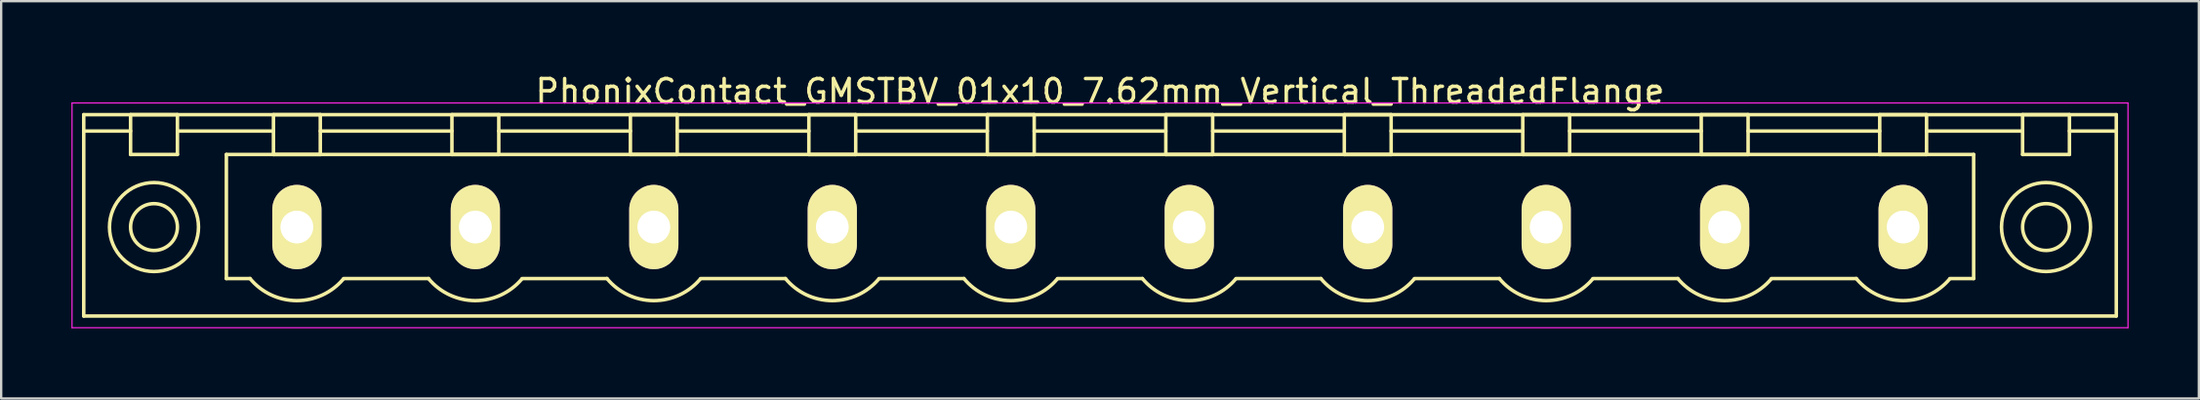
<source format=kicad_pcb>
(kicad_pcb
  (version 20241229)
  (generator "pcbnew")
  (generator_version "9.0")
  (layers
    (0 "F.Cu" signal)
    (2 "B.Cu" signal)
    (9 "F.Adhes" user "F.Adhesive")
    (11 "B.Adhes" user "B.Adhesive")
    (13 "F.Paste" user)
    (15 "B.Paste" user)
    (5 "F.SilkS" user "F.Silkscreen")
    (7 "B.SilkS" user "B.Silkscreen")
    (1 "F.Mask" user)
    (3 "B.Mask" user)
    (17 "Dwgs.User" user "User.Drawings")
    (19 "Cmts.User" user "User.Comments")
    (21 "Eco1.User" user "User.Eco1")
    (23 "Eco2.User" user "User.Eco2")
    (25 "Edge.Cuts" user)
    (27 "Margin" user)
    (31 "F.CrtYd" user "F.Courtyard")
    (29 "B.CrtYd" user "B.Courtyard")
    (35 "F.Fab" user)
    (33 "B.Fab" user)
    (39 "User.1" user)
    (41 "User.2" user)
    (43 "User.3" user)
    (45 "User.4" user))
  (footprint "PhonixContact_GMSTBV_01x10_7.62mm_Vertical_ThreadedFlange"
    (layer "F.Cu")
    (at 9.625 6.648)
    (property "Reference" "PhonixContact_GMSTBV_01x10_7.62mm_Vertical_ThreadedFlange" (at 34.29 -5.8 0) (layer "F.SilkS") (effects (font (size 1 1) (thickness 0.15))))
    (attr through_hole)
    (fp_line (start -9.1 -4.8) (end -9.1 3.8) (stroke (width 0.15) (type solid)) (layer "F.SilkS"))
    (fp_line (start -9.1 -4.1) (end -7.1 -4.1) (stroke (width 0.15) (type solid)) (layer "F.SilkS"))
    (fp_line (start -9.1 3.8) (end 77.68 3.8) (stroke (width 0.15) (type solid)) (layer "F.SilkS"))
    (fp_line (start -7.1 -4.8) (end -5.1 -4.8) (stroke (width 0.15) (type solid)) (layer "F.SilkS"))
    (fp_line (start -7.1 -3.1) (end -7.1 -4.8) (stroke (width 0.15) (type solid)) (layer "F.SilkS"))
    (fp_line (start -5.1 -4.8) (end -5.1 -3.1) (stroke (width 0.15) (type solid)) (layer "F.SilkS"))
    (fp_line (start -5.1 -4.1) (end -1 -4.1) (stroke (width 0.15) (type solid)) (layer "F.SilkS"))
    (fp_line (start -5.1 -3.1) (end -7.1 -3.1) (stroke (width 0.15) (type solid)) (layer "F.SilkS"))
    (fp_line (start -3.01 -3.1) (end 71.59 -3.1) (stroke (width 0.15) (type solid)) (layer "F.SilkS"))
    (fp_line (start -3.01 2.2) (end -3.01 -3.1) (stroke (width 0.15) (type solid)) (layer "F.SilkS"))
    (fp_line (start -2 2.2) (end -3.01 2.2) (stroke (width 0.15) (type solid)) (layer "F.SilkS"))
    (fp_line (start -1 -4.8) (end 1 -4.8) (stroke (width 0.15) (type solid)) (layer "F.SilkS"))
    (fp_line (start -1 -3.1) (end -1 -4.8) (stroke (width 0.15) (type solid)) (layer "F.SilkS"))
    (fp_line (start 1 -4.8) (end 1 -3.1) (stroke (width 0.15) (type solid)) (layer "F.SilkS"))
    (fp_line (start 1 -4.1) (end 6.62 -4.1) (stroke (width 0.15) (type solid)) (layer "F.SilkS"))
    (fp_line (start 1 -3.1) (end -1 -3.1) (stroke (width 0.15) (type solid)) (layer "F.SilkS"))
    (fp_line (start 2 2.2) (end 5.62 2.2) (stroke (width 0.15) (type solid)) (layer "F.SilkS"))
    (fp_line (start 6.62 -4.8) (end 8.62 -4.8) (stroke (width 0.15) (type solid)) (layer "F.SilkS"))
    (fp_line (start 6.62 -3.1) (end 6.62 -4.8) (stroke (width 0.15) (type solid)) (layer "F.SilkS"))
    (fp_line (start 8.62 -4.8) (end 8.62 -3.1) (stroke (width 0.15) (type solid)) (layer "F.SilkS"))
    (fp_line (start 8.62 -4.1) (end 14.24 -4.1) (stroke (width 0.15) (type solid)) (layer "F.SilkS"))
    (fp_line (start 8.62 -3.1) (end 6.62 -3.1) (stroke (width 0.15) (type solid)) (layer "F.SilkS"))
    (fp_line (start 9.62 2.2) (end 13.24 2.2) (stroke (width 0.15) (type solid)) (layer "F.SilkS"))
    (fp_line (start 14.24 -4.8) (end 16.24 -4.8) (stroke (width 0.15) (type solid)) (layer "F.SilkS"))
    (fp_line (start 14.24 -3.1) (end 14.24 -4.8) (stroke (width 0.15) (type solid)) (layer "F.SilkS"))
    (fp_line (start 16.24 -4.8) (end 16.24 -3.1) (stroke (width 0.15) (type solid)) (layer "F.SilkS"))
    (fp_line (start 16.24 -4.1) (end 21.86 -4.1) (stroke (width 0.15) (type solid)) (layer "F.SilkS"))
    (fp_line (start 16.24 -3.1) (end 14.24 -3.1) (stroke (width 0.15) (type solid)) (layer "F.SilkS"))
    (fp_line (start 17.24 2.2) (end 20.86 2.2) (stroke (width 0.15) (type solid)) (layer "F.SilkS"))
    (fp_line (start 21.86 -4.8) (end 23.86 -4.8) (stroke (width 0.15) (type solid)) (layer "F.SilkS"))
    (fp_line (start 21.86 -3.1) (end 21.86 -4.8) (stroke (width 0.15) (type solid)) (layer "F.SilkS"))
    (fp_line (start 23.86 -4.8) (end 23.86 -3.1) (stroke (width 0.15) (type solid)) (layer "F.SilkS"))
    (fp_line (start 23.86 -4.1) (end 29.48 -4.1) (stroke (width 0.15) (type solid)) (layer "F.SilkS"))
    (fp_line (start 23.86 -3.1) (end 21.86 -3.1) (stroke (width 0.15) (type solid)) (layer "F.SilkS"))
    (fp_line (start 24.86 2.2) (end 28.48 2.2) (stroke (width 0.15) (type solid)) (layer "F.SilkS"))
    (fp_line (start 29.48 -4.8) (end 31.48 -4.8) (stroke (width 0.15) (type solid)) (layer "F.SilkS"))
    (fp_line (start 29.48 -3.1) (end 29.48 -4.8) (stroke (width 0.15) (type solid)) (layer "F.SilkS"))
    (fp_line (start 31.48 -4.8) (end 31.48 -3.1) (stroke (width 0.15) (type solid)) (layer "F.SilkS"))
    (fp_line (start 31.48 -4.1) (end 37.1 -4.1) (stroke (width 0.15) (type solid)) (layer "F.SilkS"))
    (fp_line (start 31.48 -3.1) (end 29.48 -3.1) (stroke (width 0.15) (type solid)) (layer "F.SilkS"))
    (fp_line (start 32.48 2.2) (end 36.1 2.2) (stroke (width 0.15) (type solid)) (layer "F.SilkS"))
    (fp_line (start 37.1 -4.8) (end 39.1 -4.8) (stroke (width 0.15) (type solid)) (layer "F.SilkS"))
    (fp_line (start 37.1 -3.1) (end 37.1 -4.8) (stroke (width 0.15) (type solid)) (layer "F.SilkS"))
    (fp_line (start 39.1 -4.8) (end 39.1 -3.1) (stroke (width 0.15) (type solid)) (layer "F.SilkS"))
    (fp_line (start 39.1 -4.1) (end 44.72 -4.1) (stroke (width 0.15) (type solid)) (layer "F.SilkS"))
    (fp_line (start 39.1 -3.1) (end 37.1 -3.1) (stroke (width 0.15) (type solid)) (layer "F.SilkS"))
    (fp_line (start 40.1 2.2) (end 43.72 2.2) (stroke (width 0.15) (type solid)) (layer "F.SilkS"))
    (fp_line (start 44.72 -4.8) (end 46.72 -4.8) (stroke (width 0.15) (type solid)) (layer "F.SilkS"))
    (fp_line (start 44.72 -3.1) (end 44.72 -4.8) (stroke (width 0.15) (type solid)) (layer "F.SilkS"))
    (fp_line (start 46.72 -4.8) (end 46.72 -3.1) (stroke (width 0.15) (type solid)) (layer "F.SilkS"))
    (fp_line (start 46.72 -4.1) (end 52.34 -4.1) (stroke (width 0.15) (type solid)) (layer "F.SilkS"))
    (fp_line (start 46.72 -3.1) (end 44.72 -3.1) (stroke (width 0.15) (type solid)) (layer "F.SilkS"))
    (fp_line (start 47.72 2.2) (end 51.34 2.2) (stroke (width 0.15) (type solid)) (layer "F.SilkS"))
    (fp_line (start 52.34 -4.8) (end 54.34 -4.8) (stroke (width 0.15) (type solid)) (layer "F.SilkS"))
    (fp_line (start 52.34 -3.1) (end 52.34 -4.8) (stroke (width 0.15) (type solid)) (layer "F.SilkS"))
    (fp_line (start 54.34 -4.8) (end 54.34 -3.1) (stroke (width 0.15) (type solid)) (layer "F.SilkS"))
    (fp_line (start 54.34 -4.1) (end 59.96 -4.1) (stroke (width 0.15) (type solid)) (layer "F.SilkS"))
    (fp_line (start 54.34 -3.1) (end 52.34 -3.1) (stroke (width 0.15) (type solid)) (layer "F.SilkS"))
    (fp_line (start 55.34 2.2) (end 58.96 2.2) (stroke (width 0.15) (type solid)) (layer "F.SilkS"))
    (fp_line (start 59.96 -4.8) (end 61.96 -4.8) (stroke (width 0.15) (type solid)) (layer "F.SilkS"))
    (fp_line (start 59.96 -3.1) (end 59.96 -4.8) (stroke (width 0.15) (type solid)) (layer "F.SilkS"))
    (fp_line (start 61.96 -4.8) (end 61.96 -3.1) (stroke (width 0.15) (type solid)) (layer "F.SilkS"))
    (fp_line (start 61.96 -4.1) (end 67.58 -4.1) (stroke (width 0.15) (type solid)) (layer "F.SilkS"))
    (fp_line (start 61.96 -3.1) (end 59.96 -3.1) (stroke (width 0.15) (type solid)) (layer "F.SilkS"))
    (fp_line (start 62.96 2.2) (end 66.58 2.2) (stroke (width 0.15) (type solid)) (layer "F.SilkS"))
    (fp_line (start 67.58 -4.8) (end 69.58 -4.8) (stroke (width 0.15) (type solid)) (layer "F.SilkS"))
    (fp_line (start 67.58 -3.1) (end 67.58 -4.8) (stroke (width 0.15) (type solid)) (layer "F.SilkS"))
    (fp_line (start 69.58 -4.8) (end 69.58 -3.1) (stroke (width 0.15) (type solid)) (layer "F.SilkS"))
    (fp_line (start 69.58 -4.1) (end 73.68 -4.1) (stroke (width 0.15) (type solid)) (layer "F.SilkS"))
    (fp_line (start 69.58 -3.1) (end 67.58 -3.1) (stroke (width 0.15) (type solid)) (layer "F.SilkS"))
    (fp_line (start 71.59 -3.1) (end 71.59 2.2) (stroke (width 0.15) (type solid)) (layer "F.SilkS"))
    (fp_line (start 71.59 2.2) (end 70.58 2.2) (stroke (width 0.15) (type solid)) (layer "F.SilkS"))
    (fp_line (start 73.68 -4.8) (end 75.68 -4.8) (stroke (width 0.15) (type solid)) (layer "F.SilkS"))
    (fp_line (start 73.68 -3.1) (end 73.68 -4.8) (stroke (width 0.15) (type solid)) (layer "F.SilkS"))
    (fp_line (start 75.68 -4.8) (end 75.68 -3.1) (stroke (width 0.15) (type solid)) (layer "F.SilkS"))
    (fp_line (start 75.68 -3.1) (end 73.68 -3.1) (stroke (width 0.15) (type solid)) (layer "F.SilkS"))
    (fp_line (start 77.68 -4.8) (end -9.1 -4.8) (stroke (width 0.15) (type solid)) (layer "F.SilkS"))
    (fp_line (start 77.68 -4.1) (end 75.68 -4.1) (stroke (width 0.15) (type solid)) (layer "F.SilkS"))
    (fp_line (start 77.68 3.8) (end 77.68 -4.8) (stroke (width 0.15) (type solid)) (layer "F.SilkS"))
    (fp_arc (start 1.986842 2.215821) (mid -0.010289 3.142758) (end -2 2.2) (stroke (width 0.15) (type solid)) (layer "F.SilkS"))
    (fp_arc (start 9.606842 2.215821) (mid 7.609711 3.142758) (end 5.62 2.2) (stroke (width 0.15) (type solid)) (layer "F.SilkS"))
    (fp_arc (start 17.226842 2.215821) (mid 15.229711 3.142758) (end 13.24 2.2) (stroke (width 0.15) (type solid)) (layer "F.SilkS"))
    (fp_arc (start 24.846842 2.215821) (mid 22.849711 3.142758) (end 20.86 2.2) (stroke (width 0.15) (type solid)) (layer "F.SilkS"))
    (fp_arc (start 32.466842 2.215821) (mid 30.469711 3.142758) (end 28.48 2.2) (stroke (width 0.15) (type solid)) (layer "F.SilkS"))
    (fp_arc (start 40.086842 2.215821) (mid 38.089711 3.142758) (end 36.1 2.2) (stroke (width 0.15) (type solid)) (layer "F.SilkS"))
    (fp_arc (start 47.706842 2.215821) (mid 45.709711 3.142758) (end 43.72 2.2) (stroke (width 0.15) (type solid)) (layer "F.SilkS"))
    (fp_arc (start 55.326842 2.215821) (mid 53.329711 3.142758) (end 51.34 2.2) (stroke (width 0.15) (type solid)) (layer "F.SilkS"))
    (fp_arc (start 62.946842 2.215821) (mid 60.949711 3.142758) (end 58.96 2.2) (stroke (width 0.15) (type solid)) (layer "F.SilkS"))
    (fp_arc (start 70.566842 2.215821) (mid 68.569711 3.142758) (end 66.58 2.2) (stroke (width 0.15) (type solid)) (layer "F.SilkS"))
    (fp_circle (center -6.1 0) (end -5.1 0) (stroke (width 0.15) (type solid)) (fill no) (layer "F.SilkS"))
    (fp_circle (center -6.1 0) (end -4.2 0) (stroke (width 0.15) (type solid)) (fill no) (layer "F.SilkS"))
    (fp_circle (center 74.68 0) (end 75.68 0) (stroke (width 0.15) (type solid)) (fill no) (layer "F.SilkS"))
    (fp_circle (center 74.68 0) (end 76.58 0) (stroke (width 0.15) (type solid)) (fill no) (layer "F.SilkS"))
    (fp_line (start -9.6 -5.3) (end -9.6 4.3) (stroke (width 0.05) (type solid)) (layer "F.CrtYd"))
    (fp_line (start -9.6 4.3) (end 78.18 4.3) (stroke (width 0.05) (type solid)) (layer "F.CrtYd"))
    (fp_line (start 78.18 -5.3) (end -9.6 -5.3) (stroke (width 0.05) (type solid)) (layer "F.CrtYd"))
    (fp_line (start 78.18 4.3) (end 78.18 -5.3) (stroke (width 0.05) (type solid)) (layer "F.CrtYd"))
    (pad "1" thru_hole oval (at 0 0) (size 2.1 3.6) (drill 1.4) (layers "*.Cu" "*.Mask" "F.SilkS"))
    (pad "2" thru_hole oval (at 7.62 0) (size 2.1 3.6) (drill 1.4) (layers "*.Cu" "*.Mask" "F.SilkS"))
    (pad "3" thru_hole oval (at 15.24 0) (size 2.1 3.6) (drill 1.4) (layers "*.Cu" "*.Mask" "F.SilkS"))
    (pad "4" thru_hole oval (at 22.86 0) (size 2.1 3.6) (drill 1.4) (layers "*.Cu" "*.Mask" "F.SilkS"))
    (pad "5" thru_hole oval (at 30.48 0) (size 2.1 3.6) (drill 1.4) (layers "*.Cu" "*.Mask" "F.SilkS"))
    (pad "6" thru_hole oval (at 38.1 0) (size 2.1 3.6) (drill 1.4) (layers "*.Cu" "*.Mask" "F.SilkS"))
    (pad "7" thru_hole oval (at 45.72 0) (size 2.1 3.6) (drill 1.4) (layers "*.Cu" "*.Mask" "F.SilkS"))
    (pad "8" thru_hole oval (at 53.34 0) (size 2.1 3.6) (drill 1.4) (layers "*.Cu" "*.Mask" "F.SilkS"))
    (pad "9" thru_hole oval (at 60.96 0) (size 2.1 3.6) (drill 1.4) (layers "*.Cu" "*.Mask" "F.SilkS"))
    (pad "10" thru_hole oval (at 68.58 0) (size 2.1 3.6) (drill 1.4) (layers "*.Cu" "*.Mask" "F.SilkS")))
  (gr_rect
    (start -3 -3)
    (end 90.83 13.973)
    (stroke (width 0.1) (type default))
    (fill no)
    (layer "Edge.Cuts")))
</source>
